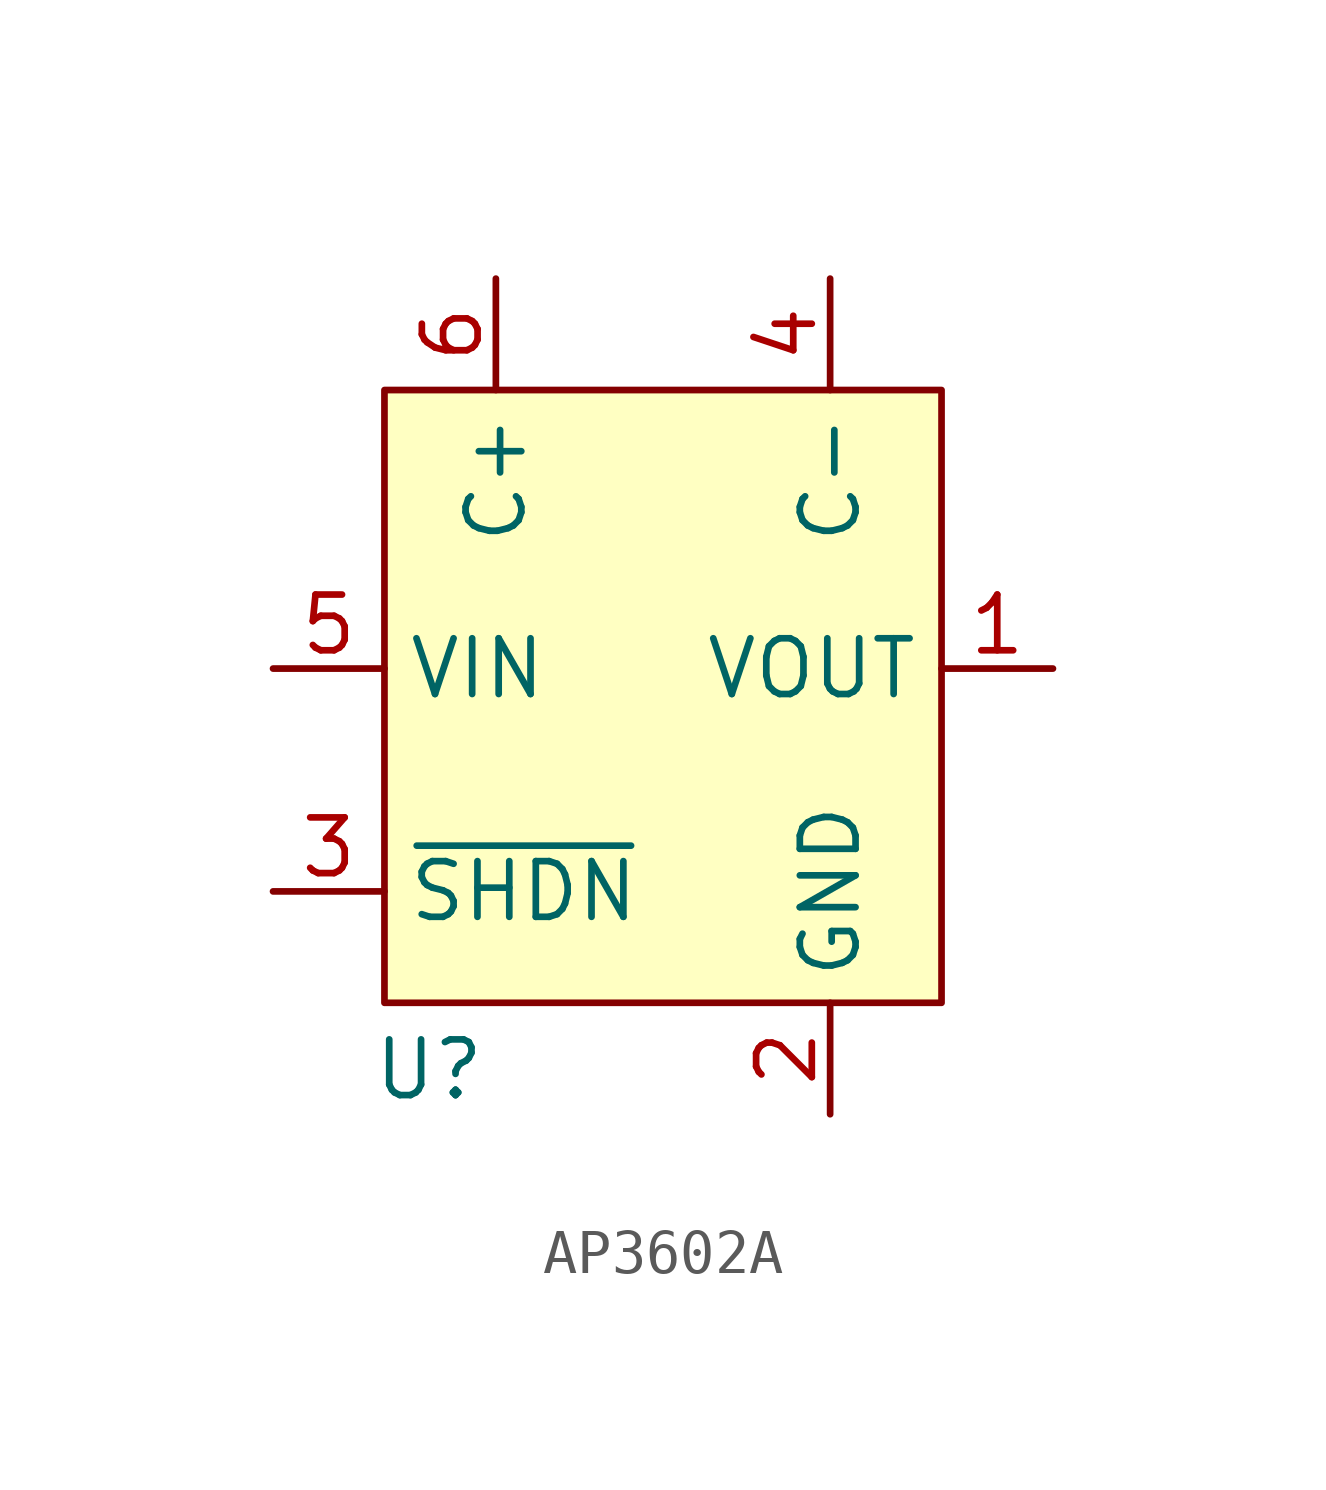
<source format=kicad_sym>
(kicad_symbol_lib
  (version 20231120)
  (generator "kicad_symbol_editor")
  (generator_version "8.0")
  (symbol "AP3602A"
    (property "Reference" "U"
      (at -5.334 -9.144 0)
      (effects (font (size 1.27 1.27))))
    (property "Value" ""
      (at 0 0 0)
      (effects (font (size 1.27 1.27))))
    (symbol "AP3602A_1_1"
      (rectangle (start -6.35 6.35) (end 6.35 -7.62) (stroke (width 0) (type default)) (fill (type background)))
      (pin power_out line (at 8.89 0 180) (length 2.54) (name "VOUT" (effects (font (size 1.27 1.27)))) (number "1" (effects (font (size 1.27 1.27)))))
      (pin power_in line (at 3.81 -10.16 90) (length 2.54) (name "GND" (effects (font (size 1.27 1.27)))) (number "2" (effects (font (size 1.27 1.27)))))
      (pin input line (at -8.89 -5.08 0) (length 2.54) (name "~{SHDN}" (effects (font (size 1.27 1.27)))) (number "3" (effects (font (size 1.27 1.27)))))
      (pin bidirectional line (at 3.81 8.89 270) (length 2.54) (name "C-" (effects (font (size 1.27 1.27)))) (number "4" (effects (font (size 1.27 1.27)))))
      (pin power_in line (at -8.89 0 0) (length 2.54) (name "VIN" (effects (font (size 1.27 1.27)))) (number "5" (effects (font (size 1.27 1.27)))))
      (pin bidirectional line (at -3.81 8.89 270) (length 2.54) (name "C+" (effects (font (size 1.27 1.27)))) (number "6" (effects (font (size 1.27 1.27))))))))
</source>
